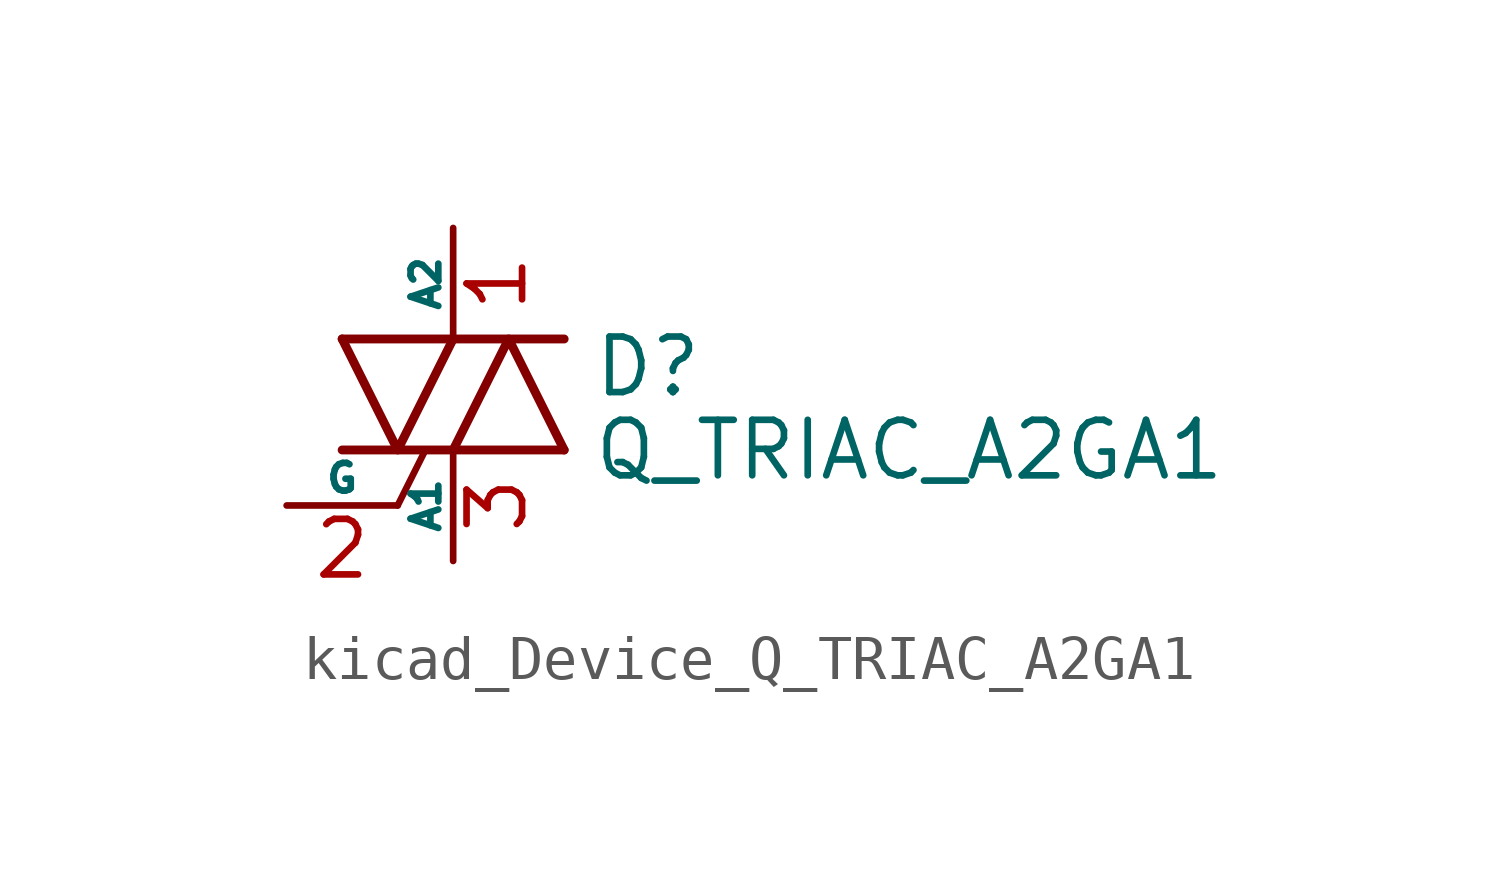
<source format=kicad_sym>
(kicad_symbol_lib
  (version 20220914)
  (generator kicad_symbol_editor)
  (symbol "kicad_Device_Q_TRIAC_A2GA1"
    (pin_names
      (offset 0))
    (property "Reference" "D"
      (at 3.175 0.635 0)
      (effects (font (size 1.27 1.27)) (justify left)))
    (property "Value" "Q_TRIAC_A2GA1"
      (at 3.175 -1.27 0)
      (effects (font (size 1.27 1.27)) (justify left)))
    (symbol "kicad_Device_Q_TRIAC_A2GA1_0_1"
      (polyline (pts (xy -2.54 -1.27) (xy 2.54 -1.27)) (stroke (width 0.203) (type default)) (fill (type none)))
      (polyline (pts (xy -2.54 1.27) (xy 2.54 1.27)) (stroke (width 0.203) (type default)) (fill (type none)))
      (polyline (pts (xy -1.27 -2.54) (xy -0.635 -1.27)) (stroke (width 0) (type default)) (fill (type none)))
      (polyline (pts (xy -2.54 1.27) (xy -1.27 -1.27) (xy 0 1.27)) (stroke (width 0.203) (type default)) (fill (type none)))
      (polyline (pts (xy 0 -1.27) (xy 1.27 1.27) (xy 2.54 -1.27)) (stroke (width 0.203) (type default)) (fill (type none))))
    (symbol "kicad_Device_Q_TRIAC_A2GA1_1_1"
      (pin passive line (at 0 3.81 270) (length 2.54) (name "A2" (effects (font (size 0.635 0.635)))) (number "1" (effects (font (size 1.27 1.27)))))
      (pin input line (at -3.81 -2.54 0) (length 2.54) (name "G" (effects (font (size 0.635 0.635)))) (number "2" (effects (font (size 1.27 1.27)))))
      (pin passive line (at 0 -3.81 90) (length 2.54) (name "A1" (effects (font (size 0.635 0.635)))) (number "3" (effects (font (size 1.27 1.27))))))))
</source>
